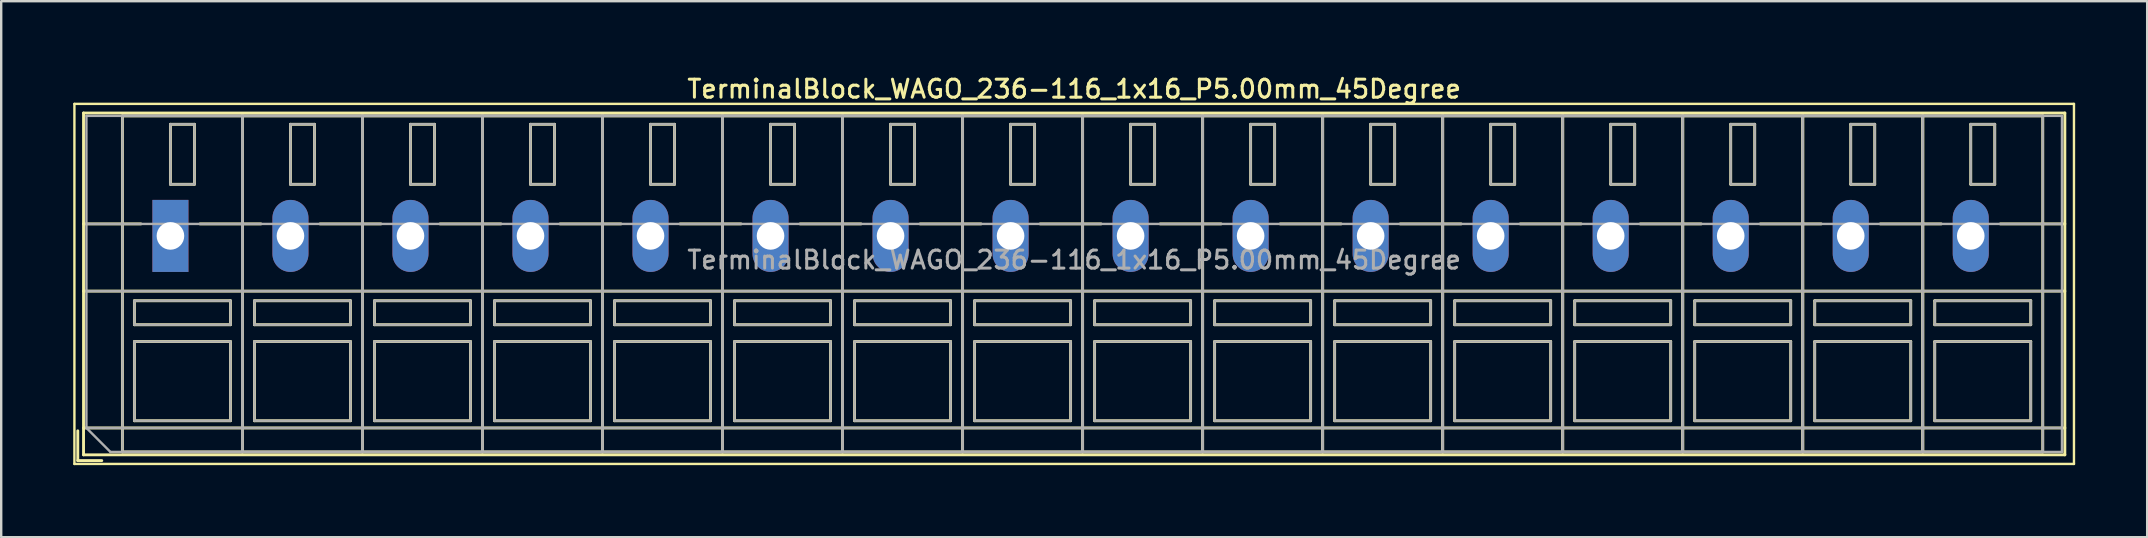
<source format=kicad_pcb>
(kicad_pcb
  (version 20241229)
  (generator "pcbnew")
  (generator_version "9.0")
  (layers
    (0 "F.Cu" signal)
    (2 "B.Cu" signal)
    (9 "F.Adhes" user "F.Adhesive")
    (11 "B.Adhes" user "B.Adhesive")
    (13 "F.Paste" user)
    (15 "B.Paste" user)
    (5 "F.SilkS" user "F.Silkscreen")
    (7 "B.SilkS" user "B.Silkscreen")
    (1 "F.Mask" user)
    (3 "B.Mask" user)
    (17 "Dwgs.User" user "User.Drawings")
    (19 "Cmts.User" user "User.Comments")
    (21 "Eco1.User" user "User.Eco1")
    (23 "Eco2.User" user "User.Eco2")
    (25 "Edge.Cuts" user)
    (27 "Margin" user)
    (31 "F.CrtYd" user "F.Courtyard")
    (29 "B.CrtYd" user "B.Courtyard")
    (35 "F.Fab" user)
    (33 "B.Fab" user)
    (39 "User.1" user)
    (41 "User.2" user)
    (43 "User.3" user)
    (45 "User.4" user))
  (footprint "TerminalBlock_WAGO_236-116_1x16_P5.00mm_45Degree"
    (layer "F.Cu")
    (at 4.05 6.778)
    (property "Reference" "TerminalBlock_WAGO_236-116_1x16_P5.00mm_45Degree" (at 37.65 -6.12 0) (layer "F.SilkS") (effects (font (size 0.75 0.75) (thickness 0.125))))
    (attr through_hole)
    (fp_line (start -4 -5.5) (end -4 9.5) (stroke (width 0.1) (type solid)) (layer "F.SilkS"))
    (fp_line (start -4 9.5) (end 79.3 9.5) (stroke (width 0.1) (type solid)) (layer "F.SilkS"))
    (fp_line (start -3.86 8.12) (end -3.86 9.36) (stroke (width 0.12) (type solid)) (layer "F.SilkS"))
    (fp_line (start -3.86 9.36) (end -2.86 9.36) (stroke (width 0.12) (type solid)) (layer "F.SilkS"))
    (fp_line (start -3.62 -5.12) (end -3.62 9.12) (stroke (width 0.12) (type solid)) (layer "F.SilkS"))
    (fp_line (start -3.62 -5.12) (end 78.92 -5.12) (stroke (width 0.12) (type solid)) (layer "F.SilkS"))
    (fp_line (start -3.62 -0.5) (end -1.23 -0.5) (stroke (width 0.12) (type solid)) (layer "F.SilkS"))
    (fp_line (start -3.62 2.3) (end 78.92 2.3) (stroke (width 0.12) (type solid)) (layer "F.SilkS"))
    (fp_line (start -3.62 8) (end 78.92 8) (stroke (width 0.12) (type solid)) (layer "F.SilkS"))
    (fp_line (start -3.62 9.12) (end 78.92 9.12) (stroke (width 0.12) (type solid)) (layer "F.SilkS"))
    (fp_line (start -2 -5) (end -2 9) (stroke (width 0.12) (type solid)) (layer "F.SilkS"))
    (fp_line (start -2 -5) (end 3 -5) (stroke (width 0.12) (type solid)) (layer "F.SilkS"))
    (fp_line (start -2 9) (end 3 9) (stroke (width 0.12) (type solid)) (layer "F.SilkS"))
    (fp_line (start -1.5 2.7) (end -1.5 3.7) (stroke (width 0.12) (type solid)) (layer "F.SilkS"))
    (fp_line (start -1.5 2.7) (end 2.5 2.7) (stroke (width 0.12) (type solid)) (layer "F.SilkS"))
    (fp_line (start -1.5 3.7) (end 2.5 3.7) (stroke (width 0.12) (type solid)) (layer "F.SilkS"))
    (fp_line (start -1.5 4.4) (end -1.5 7.7) (stroke (width 0.12) (type solid)) (layer "F.SilkS"))
    (fp_line (start -1.5 4.4) (end 2.5 4.4) (stroke (width 0.12) (type solid)) (layer "F.SilkS"))
    (fp_line (start -1.5 7.7) (end 2.5 7.7) (stroke (width 0.12) (type solid)) (layer "F.SilkS"))
    (fp_line (start 0 -4.65) (end 0 -2.151) (stroke (width 0.12) (type solid)) (layer "F.SilkS"))
    (fp_line (start 0 -4.65) (end 1 -4.65) (stroke (width 0.12) (type solid)) (layer "F.SilkS"))
    (fp_line (start 0 -2.151) (end 1 -2.151) (stroke (width 0.12) (type solid)) (layer "F.SilkS"))
    (fp_line (start 1 -4.65) (end 1 -2.151) (stroke (width 0.12) (type solid)) (layer "F.SilkS"))
    (fp_line (start 1.23 -0.5) (end 3.77 -0.5) (stroke (width 0.12) (type solid)) (layer "F.SilkS"))
    (fp_line (start 2.5 2.7) (end 2.5 3.7) (stroke (width 0.12) (type solid)) (layer "F.SilkS"))
    (fp_line (start 2.5 4.4) (end 2.5 7.7) (stroke (width 0.12) (type solid)) (layer "F.SilkS"))
    (fp_line (start 3 -5) (end 3 9) (stroke (width 0.12) (type solid)) (layer "F.SilkS"))
    (fp_line (start 3 -5) (end 3 9) (stroke (width 0.12) (type solid)) (layer "F.SilkS"))
    (fp_line (start 3 -5) (end 8 -5) (stroke (width 0.12) (type solid)) (layer "F.SilkS"))
    (fp_line (start 3 9) (end 8 9) (stroke (width 0.12) (type solid)) (layer "F.SilkS"))
    (fp_line (start 3.5 2.7) (end 3.5 3.7) (stroke (width 0.12) (type solid)) (layer "F.SilkS"))
    (fp_line (start 3.5 2.7) (end 7.5 2.7) (stroke (width 0.12) (type solid)) (layer "F.SilkS"))
    (fp_line (start 3.5 3.7) (end 7.5 3.7) (stroke (width 0.12) (type solid)) (layer "F.SilkS"))
    (fp_line (start 3.5 4.4) (end 3.5 7.7) (stroke (width 0.12) (type solid)) (layer "F.SilkS"))
    (fp_line (start 3.5 4.4) (end 7.5 4.4) (stroke (width 0.12) (type solid)) (layer "F.SilkS"))
    (fp_line (start 3.5 7.7) (end 7.5 7.7) (stroke (width 0.12) (type solid)) (layer "F.SilkS"))
    (fp_line (start 5 -4.65) (end 5 -2.151) (stroke (width 0.12) (type solid)) (layer "F.SilkS"))
    (fp_line (start 5 -4.65) (end 6 -4.65) (stroke (width 0.12) (type solid)) (layer "F.SilkS"))
    (fp_line (start 5 -2.151) (end 6 -2.151) (stroke (width 0.12) (type solid)) (layer "F.SilkS"))
    (fp_line (start 6 -4.65) (end 6 -2.151) (stroke (width 0.12) (type solid)) (layer "F.SilkS"))
    (fp_line (start 6.23 -0.5) (end 8.77 -0.5) (stroke (width 0.12) (type solid)) (layer "F.SilkS"))
    (fp_line (start 7.5 2.7) (end 7.5 3.7) (stroke (width 0.12) (type solid)) (layer "F.SilkS"))
    (fp_line (start 7.5 4.4) (end 7.5 7.7) (stroke (width 0.12) (type solid)) (layer "F.SilkS"))
    (fp_line (start 8 -5) (end 8 9) (stroke (width 0.12) (type solid)) (layer "F.SilkS"))
    (fp_line (start 8 -5) (end 8 9) (stroke (width 0.12) (type solid)) (layer "F.SilkS"))
    (fp_line (start 8 -5) (end 13 -5) (stroke (width 0.12) (type solid)) (layer "F.SilkS"))
    (fp_line (start 8 9) (end 13 9) (stroke (width 0.12) (type solid)) (layer "F.SilkS"))
    (fp_line (start 8.5 2.7) (end 8.5 3.7) (stroke (width 0.12) (type solid)) (layer "F.SilkS"))
    (fp_line (start 8.5 2.7) (end 12.5 2.7) (stroke (width 0.12) (type solid)) (layer "F.SilkS"))
    (fp_line (start 8.5 3.7) (end 12.5 3.7) (stroke (width 0.12) (type solid)) (layer "F.SilkS"))
    (fp_line (start 8.5 4.4) (end 8.5 7.7) (stroke (width 0.12) (type solid)) (layer "F.SilkS"))
    (fp_line (start 8.5 4.4) (end 12.5 4.4) (stroke (width 0.12) (type solid)) (layer "F.SilkS"))
    (fp_line (start 8.5 7.7) (end 12.5 7.7) (stroke (width 0.12) (type solid)) (layer "F.SilkS"))
    (fp_line (start 10 -4.65) (end 10 -2.151) (stroke (width 0.12) (type solid)) (layer "F.SilkS"))
    (fp_line (start 10 -4.65) (end 11 -4.65) (stroke (width 0.12) (type solid)) (layer "F.SilkS"))
    (fp_line (start 10 -2.151) (end 11 -2.151) (stroke (width 0.12) (type solid)) (layer "F.SilkS"))
    (fp_line (start 11 -4.65) (end 11 -2.151) (stroke (width 0.12) (type solid)) (layer "F.SilkS"))
    (fp_line (start 11.23 -0.5) (end 13.77 -0.5) (stroke (width 0.12) (type solid)) (layer "F.SilkS"))
    (fp_line (start 12.5 2.7) (end 12.5 3.7) (stroke (width 0.12) (type solid)) (layer "F.SilkS"))
    (fp_line (start 12.5 4.4) (end 12.5 7.7) (stroke (width 0.12) (type solid)) (layer "F.SilkS"))
    (fp_line (start 13 -5) (end 13 9) (stroke (width 0.12) (type solid)) (layer "F.SilkS"))
    (fp_line (start 13 -5) (end 13 9) (stroke (width 0.12) (type solid)) (layer "F.SilkS"))
    (fp_line (start 13 -5) (end 18 -5) (stroke (width 0.12) (type solid)) (layer "F.SilkS"))
    (fp_line (start 13 9) (end 18 9) (stroke (width 0.12) (type solid)) (layer "F.SilkS"))
    (fp_line (start 13.5 2.7) (end 13.5 3.7) (stroke (width 0.12) (type solid)) (layer "F.SilkS"))
    (fp_line (start 13.5 2.7) (end 17.5 2.7) (stroke (width 0.12) (type solid)) (layer "F.SilkS"))
    (fp_line (start 13.5 3.7) (end 17.5 3.7) (stroke (width 0.12) (type solid)) (layer "F.SilkS"))
    (fp_line (start 13.5 4.4) (end 13.5 7.7) (stroke (width 0.12) (type solid)) (layer "F.SilkS"))
    (fp_line (start 13.5 4.4) (end 17.5 4.4) (stroke (width 0.12) (type solid)) (layer "F.SilkS"))
    (fp_line (start 13.5 7.7) (end 17.5 7.7) (stroke (width 0.12) (type solid)) (layer "F.SilkS"))
    (fp_line (start 15 -4.65) (end 15 -2.151) (stroke (width 0.12) (type solid)) (layer "F.SilkS"))
    (fp_line (start 15 -4.65) (end 16 -4.65) (stroke (width 0.12) (type solid)) (layer "F.SilkS"))
    (fp_line (start 15 -2.151) (end 16 -2.151) (stroke (width 0.12) (type solid)) (layer "F.SilkS"))
    (fp_line (start 16 -4.65) (end 16 -2.151) (stroke (width 0.12) (type solid)) (layer "F.SilkS"))
    (fp_line (start 16.23 -0.5) (end 18.77 -0.5) (stroke (width 0.12) (type solid)) (layer "F.SilkS"))
    (fp_line (start 17.5 2.7) (end 17.5 3.7) (stroke (width 0.12) (type solid)) (layer "F.SilkS"))
    (fp_line (start 17.5 4.4) (end 17.5 7.7) (stroke (width 0.12) (type solid)) (layer "F.SilkS"))
    (fp_line (start 18 -5) (end 18 9) (stroke (width 0.12) (type solid)) (layer "F.SilkS"))
    (fp_line (start 18 -5) (end 18 9) (stroke (width 0.12) (type solid)) (layer "F.SilkS"))
    (fp_line (start 18 -5) (end 23 -5) (stroke (width 0.12) (type solid)) (layer "F.SilkS"))
    (fp_line (start 18 9) (end 23 9) (stroke (width 0.12) (type solid)) (layer "F.SilkS"))
    (fp_line (start 18.5 2.7) (end 18.5 3.7) (stroke (width 0.12) (type solid)) (layer "F.SilkS"))
    (fp_line (start 18.5 2.7) (end 22.5 2.7) (stroke (width 0.12) (type solid)) (layer "F.SilkS"))
    (fp_line (start 18.5 3.7) (end 22.5 3.7) (stroke (width 0.12) (type solid)) (layer "F.SilkS"))
    (fp_line (start 18.5 4.4) (end 18.5 7.7) (stroke (width 0.12) (type solid)) (layer "F.SilkS"))
    (fp_line (start 18.5 4.4) (end 22.5 4.4) (stroke (width 0.12) (type solid)) (layer "F.SilkS"))
    (fp_line (start 18.5 7.7) (end 22.5 7.7) (stroke (width 0.12) (type solid)) (layer "F.SilkS"))
    (fp_line (start 20 -4.65) (end 20 -2.151) (stroke (width 0.12) (type solid)) (layer "F.SilkS"))
    (fp_line (start 20 -4.65) (end 21 -4.65) (stroke (width 0.12) (type solid)) (layer "F.SilkS"))
    (fp_line (start 20 -2.151) (end 21 -2.151) (stroke (width 0.12) (type solid)) (layer "F.SilkS"))
    (fp_line (start 21 -4.65) (end 21 -2.151) (stroke (width 0.12) (type solid)) (layer "F.SilkS"))
    (fp_line (start 21.23 -0.5) (end 23.77 -0.5) (stroke (width 0.12) (type solid)) (layer "F.SilkS"))
    (fp_line (start 22.5 2.7) (end 22.5 3.7) (stroke (width 0.12) (type solid)) (layer "F.SilkS"))
    (fp_line (start 22.5 4.4) (end 22.5 7.7) (stroke (width 0.12) (type solid)) (layer "F.SilkS"))
    (fp_line (start 23 -5) (end 23 9) (stroke (width 0.12) (type solid)) (layer "F.SilkS"))
    (fp_line (start 23 -5) (end 23 9) (stroke (width 0.12) (type solid)) (layer "F.SilkS"))
    (fp_line (start 23 -5) (end 28 -5) (stroke (width 0.12) (type solid)) (layer "F.SilkS"))
    (fp_line (start 23 9) (end 28 9) (stroke (width 0.12) (type solid)) (layer "F.SilkS"))
    (fp_line (start 23.5 2.7) (end 23.5 3.7) (stroke (width 0.12) (type solid)) (layer "F.SilkS"))
    (fp_line (start 23.5 2.7) (end 27.5 2.7) (stroke (width 0.12) (type solid)) (layer "F.SilkS"))
    (fp_line (start 23.5 3.7) (end 27.5 3.7) (stroke (width 0.12) (type solid)) (layer "F.SilkS"))
    (fp_line (start 23.5 4.4) (end 23.5 7.7) (stroke (width 0.12) (type solid)) (layer "F.SilkS"))
    (fp_line (start 23.5 4.4) (end 27.5 4.4) (stroke (width 0.12) (type solid)) (layer "F.SilkS"))
    (fp_line (start 23.5 7.7) (end 27.5 7.7) (stroke (width 0.12) (type solid)) (layer "F.SilkS"))
    (fp_line (start 25 -4.65) (end 25 -2.151) (stroke (width 0.12) (type solid)) (layer "F.SilkS"))
    (fp_line (start 25 -4.65) (end 26 -4.65) (stroke (width 0.12) (type solid)) (layer "F.SilkS"))
    (fp_line (start 25 -2.151) (end 26 -2.151) (stroke (width 0.12) (type solid)) (layer "F.SilkS"))
    (fp_line (start 26 -4.65) (end 26 -2.151) (stroke (width 0.12) (type solid)) (layer "F.SilkS"))
    (fp_line (start 26.23 -0.5) (end 28.77 -0.5) (stroke (width 0.12) (type solid)) (layer "F.SilkS"))
    (fp_line (start 27.5 2.7) (end 27.5 3.7) (stroke (width 0.12) (type solid)) (layer "F.SilkS"))
    (fp_line (start 27.5 4.4) (end 27.5 7.7) (stroke (width 0.12) (type solid)) (layer "F.SilkS"))
    (fp_line (start 28 -5) (end 28 9) (stroke (width 0.12) (type solid)) (layer "F.SilkS"))
    (fp_line (start 28 -5) (end 28 9) (stroke (width 0.12) (type solid)) (layer "F.SilkS"))
    (fp_line (start 28 -5) (end 33 -5) (stroke (width 0.12) (type solid)) (layer "F.SilkS"))
    (fp_line (start 28 9) (end 33 9) (stroke (width 0.12) (type solid)) (layer "F.SilkS"))
    (fp_line (start 28.5 2.7) (end 28.5 3.7) (stroke (width 0.12) (type solid)) (layer "F.SilkS"))
    (fp_line (start 28.5 2.7) (end 32.5 2.7) (stroke (width 0.12) (type solid)) (layer "F.SilkS"))
    (fp_line (start 28.5 3.7) (end 32.5 3.7) (stroke (width 0.12) (type solid)) (layer "F.SilkS"))
    (fp_line (start 28.5 4.4) (end 28.5 7.7) (stroke (width 0.12) (type solid)) (layer "F.SilkS"))
    (fp_line (start 28.5 4.4) (end 32.5 4.4) (stroke (width 0.12) (type solid)) (layer "F.SilkS"))
    (fp_line (start 28.5 7.7) (end 32.5 7.7) (stroke (width 0.12) (type solid)) (layer "F.SilkS"))
    (fp_line (start 30 -4.65) (end 30 -2.151) (stroke (width 0.12) (type solid)) (layer "F.SilkS"))
    (fp_line (start 30 -4.65) (end 31 -4.65) (stroke (width 0.12) (type solid)) (layer "F.SilkS"))
    (fp_line (start 30 -2.151) (end 31 -2.151) (stroke (width 0.12) (type solid)) (layer "F.SilkS"))
    (fp_line (start 31 -4.65) (end 31 -2.151) (stroke (width 0.12) (type solid)) (layer "F.SilkS"))
    (fp_line (start 31.23 -0.5) (end 33.77 -0.5) (stroke (width 0.12) (type solid)) (layer "F.SilkS"))
    (fp_line (start 32.5 2.7) (end 32.5 3.7) (stroke (width 0.12) (type solid)) (layer "F.SilkS"))
    (fp_line (start 32.5 4.4) (end 32.5 7.7) (stroke (width 0.12) (type solid)) (layer "F.SilkS"))
    (fp_line (start 33 -5) (end 33 9) (stroke (width 0.12) (type solid)) (layer "F.SilkS"))
    (fp_line (start 33 -5) (end 33 9) (stroke (width 0.12) (type solid)) (layer "F.SilkS"))
    (fp_line (start 33 -5) (end 38 -5) (stroke (width 0.12) (type solid)) (layer "F.SilkS"))
    (fp_line (start 33 9) (end 38 9) (stroke (width 0.12) (type solid)) (layer "F.SilkS"))
    (fp_line (start 33.5 2.7) (end 33.5 3.7) (stroke (width 0.12) (type solid)) (layer "F.SilkS"))
    (fp_line (start 33.5 2.7) (end 37.5 2.7) (stroke (width 0.12) (type solid)) (layer "F.SilkS"))
    (fp_line (start 33.5 3.7) (end 37.5 3.7) (stroke (width 0.12) (type solid)) (layer "F.SilkS"))
    (fp_line (start 33.5 4.4) (end 33.5 7.7) (stroke (width 0.12) (type solid)) (layer "F.SilkS"))
    (fp_line (start 33.5 4.4) (end 37.5 4.4) (stroke (width 0.12) (type solid)) (layer "F.SilkS"))
    (fp_line (start 33.5 7.7) (end 37.5 7.7) (stroke (width 0.12) (type solid)) (layer "F.SilkS"))
    (fp_line (start 35 -4.65) (end 35 -2.151) (stroke (width 0.12) (type solid)) (layer "F.SilkS"))
    (fp_line (start 35 -4.65) (end 36 -4.65) (stroke (width 0.12) (type solid)) (layer "F.SilkS"))
    (fp_line (start 35 -2.151) (end 36 -2.151) (stroke (width 0.12) (type solid)) (layer "F.SilkS"))
    (fp_line (start 36 -4.65) (end 36 -2.151) (stroke (width 0.12) (type solid)) (layer "F.SilkS"))
    (fp_line (start 36.23 -0.5) (end 38.77 -0.5) (stroke (width 0.12) (type solid)) (layer "F.SilkS"))
    (fp_line (start 37.5 2.7) (end 37.5 3.7) (stroke (width 0.12) (type solid)) (layer "F.SilkS"))
    (fp_line (start 37.5 4.4) (end 37.5 7.7) (stroke (width 0.12) (type solid)) (layer "F.SilkS"))
    (fp_line (start 38 -5) (end 38 9) (stroke (width 0.12) (type solid)) (layer "F.SilkS"))
    (fp_line (start 38 -5) (end 38 9) (stroke (width 0.12) (type solid)) (layer "F.SilkS"))
    (fp_line (start 38 -5) (end 43 -5) (stroke (width 0.12) (type solid)) (layer "F.SilkS"))
    (fp_line (start 38 9) (end 43 9) (stroke (width 0.12) (type solid)) (layer "F.SilkS"))
    (fp_line (start 38.5 2.7) (end 38.5 3.7) (stroke (width 0.12) (type solid)) (layer "F.SilkS"))
    (fp_line (start 38.5 2.7) (end 42.5 2.7) (stroke (width 0.12) (type solid)) (layer "F.SilkS"))
    (fp_line (start 38.5 3.7) (end 42.5 3.7) (stroke (width 0.12) (type solid)) (layer "F.SilkS"))
    (fp_line (start 38.5 4.4) (end 38.5 7.7) (stroke (width 0.12) (type solid)) (layer "F.SilkS"))
    (fp_line (start 38.5 4.4) (end 42.5 4.4) (stroke (width 0.12) (type solid)) (layer "F.SilkS"))
    (fp_line (start 38.5 7.7) (end 42.5 7.7) (stroke (width 0.12) (type solid)) (layer "F.SilkS"))
    (fp_line (start 40 -4.65) (end 40 -2.151) (stroke (width 0.12) (type solid)) (layer "F.SilkS"))
    (fp_line (start 40 -4.65) (end 41 -4.65) (stroke (width 0.12) (type solid)) (layer "F.SilkS"))
    (fp_line (start 40 -2.151) (end 41 -2.151) (stroke (width 0.12) (type solid)) (layer "F.SilkS"))
    (fp_line (start 41 -4.65) (end 41 -2.151) (stroke (width 0.12) (type solid)) (layer "F.SilkS"))
    (fp_line (start 41.23 -0.5) (end 43.77 -0.5) (stroke (width 0.12) (type solid)) (layer "F.SilkS"))
    (fp_line (start 42.5 2.7) (end 42.5 3.7) (stroke (width 0.12) (type solid)) (layer "F.SilkS"))
    (fp_line (start 42.5 4.4) (end 42.5 7.7) (stroke (width 0.12) (type solid)) (layer "F.SilkS"))
    (fp_line (start 43 -5) (end 43 9) (stroke (width 0.12) (type solid)) (layer "F.SilkS"))
    (fp_line (start 43 -5) (end 43 9) (stroke (width 0.12) (type solid)) (layer "F.SilkS"))
    (fp_line (start 43 -5) (end 48 -5) (stroke (width 0.12) (type solid)) (layer "F.SilkS"))
    (fp_line (start 43 9) (end 48 9) (stroke (width 0.12) (type solid)) (layer "F.SilkS"))
    (fp_line (start 43.5 2.7) (end 43.5 3.7) (stroke (width 0.12) (type solid)) (layer "F.SilkS"))
    (fp_line (start 43.5 2.7) (end 47.5 2.7) (stroke (width 0.12) (type solid)) (layer "F.SilkS"))
    (fp_line (start 43.5 3.7) (end 47.5 3.7) (stroke (width 0.12) (type solid)) (layer "F.SilkS"))
    (fp_line (start 43.5 4.4) (end 43.5 7.7) (stroke (width 0.12) (type solid)) (layer "F.SilkS"))
    (fp_line (start 43.5 4.4) (end 47.5 4.4) (stroke (width 0.12) (type solid)) (layer "F.SilkS"))
    (fp_line (start 43.5 7.7) (end 47.5 7.7) (stroke (width 0.12) (type solid)) (layer "F.SilkS"))
    (fp_line (start 45 -4.65) (end 45 -2.151) (stroke (width 0.12) (type solid)) (layer "F.SilkS"))
    (fp_line (start 45 -4.65) (end 46 -4.65) (stroke (width 0.12) (type solid)) (layer "F.SilkS"))
    (fp_line (start 45 -2.151) (end 46 -2.151) (stroke (width 0.12) (type solid)) (layer "F.SilkS"))
    (fp_line (start 46 -4.65) (end 46 -2.151) (stroke (width 0.12) (type solid)) (layer "F.SilkS"))
    (fp_line (start 46.23 -0.5) (end 48.77 -0.5) (stroke (width 0.12) (type solid)) (layer "F.SilkS"))
    (fp_line (start 47.5 2.7) (end 47.5 3.7) (stroke (width 0.12) (type solid)) (layer "F.SilkS"))
    (fp_line (start 47.5 4.4) (end 47.5 7.7) (stroke (width 0.12) (type solid)) (layer "F.SilkS"))
    (fp_line (start 48 -5) (end 48 9) (stroke (width 0.12) (type solid)) (layer "F.SilkS"))
    (fp_line (start 48 -5) (end 48 9) (stroke (width 0.12) (type solid)) (layer "F.SilkS"))
    (fp_line (start 48 -5) (end 53 -5) (stroke (width 0.12) (type solid)) (layer "F.SilkS"))
    (fp_line (start 48 9) (end 53 9) (stroke (width 0.12) (type solid)) (layer "F.SilkS"))
    (fp_line (start 48.5 2.7) (end 48.5 3.7) (stroke (width 0.12) (type solid)) (layer "F.SilkS"))
    (fp_line (start 48.5 2.7) (end 52.5 2.7) (stroke (width 0.12) (type solid)) (layer "F.SilkS"))
    (fp_line (start 48.5 3.7) (end 52.5 3.7) (stroke (width 0.12) (type solid)) (layer "F.SilkS"))
    (fp_line (start 48.5 4.4) (end 48.5 7.7) (stroke (width 0.12) (type solid)) (layer "F.SilkS"))
    (fp_line (start 48.5 4.4) (end 52.5 4.4) (stroke (width 0.12) (type solid)) (layer "F.SilkS"))
    (fp_line (start 48.5 7.7) (end 52.5 7.7) (stroke (width 0.12) (type solid)) (layer "F.SilkS"))
    (fp_line (start 50 -4.65) (end 50 -2.151) (stroke (width 0.12) (type solid)) (layer "F.SilkS"))
    (fp_line (start 50 -4.65) (end 51 -4.65) (stroke (width 0.12) (type solid)) (layer "F.SilkS"))
    (fp_line (start 50 -2.151) (end 51 -2.151) (stroke (width 0.12) (type solid)) (layer "F.SilkS"))
    (fp_line (start 51 -4.65) (end 51 -2.151) (stroke (width 0.12) (type solid)) (layer "F.SilkS"))
    (fp_line (start 51.23 -0.5) (end 53.77 -0.5) (stroke (width 0.12) (type solid)) (layer "F.SilkS"))
    (fp_line (start 52.5 2.7) (end 52.5 3.7) (stroke (width 0.12) (type solid)) (layer "F.SilkS"))
    (fp_line (start 52.5 4.4) (end 52.5 7.7) (stroke (width 0.12) (type solid)) (layer "F.SilkS"))
    (fp_line (start 53 -5) (end 53 9) (stroke (width 0.12) (type solid)) (layer "F.SilkS"))
    (fp_line (start 53 -5) (end 53 9) (stroke (width 0.12) (type solid)) (layer "F.SilkS"))
    (fp_line (start 53 -5) (end 58 -5) (stroke (width 0.12) (type solid)) (layer "F.SilkS"))
    (fp_line (start 53 9) (end 58 9) (stroke (width 0.12) (type solid)) (layer "F.SilkS"))
    (fp_line (start 53.5 2.7) (end 53.5 3.7) (stroke (width 0.12) (type solid)) (layer "F.SilkS"))
    (fp_line (start 53.5 2.7) (end 57.5 2.7) (stroke (width 0.12) (type solid)) (layer "F.SilkS"))
    (fp_line (start 53.5 3.7) (end 57.5 3.7) (stroke (width 0.12) (type solid)) (layer "F.SilkS"))
    (fp_line (start 53.5 4.4) (end 53.5 7.7) (stroke (width 0.12) (type solid)) (layer "F.SilkS"))
    (fp_line (start 53.5 4.4) (end 57.5 4.4) (stroke (width 0.12) (type solid)) (layer "F.SilkS"))
    (fp_line (start 53.5 7.7) (end 57.5 7.7) (stroke (width 0.12) (type solid)) (layer "F.SilkS"))
    (fp_line (start 55 -4.65) (end 55 -2.151) (stroke (width 0.12) (type solid)) (layer "F.SilkS"))
    (fp_line (start 55 -4.65) (end 56 -4.65) (stroke (width 0.12) (type solid)) (layer "F.SilkS"))
    (fp_line (start 55 -2.151) (end 56 -2.151) (stroke (width 0.12) (type solid)) (layer "F.SilkS"))
    (fp_line (start 56 -4.65) (end 56 -2.151) (stroke (width 0.12) (type solid)) (layer "F.SilkS"))
    (fp_line (start 56.23 -0.5) (end 58.77 -0.5) (stroke (width 0.12) (type solid)) (layer "F.SilkS"))
    (fp_line (start 57.5 2.7) (end 57.5 3.7) (stroke (width 0.12) (type solid)) (layer "F.SilkS"))
    (fp_line (start 57.5 4.4) (end 57.5 7.7) (stroke (width 0.12) (type solid)) (layer "F.SilkS"))
    (fp_line (start 58 -5) (end 58 9) (stroke (width 0.12) (type solid)) (layer "F.SilkS"))
    (fp_line (start 58 -5) (end 58 9) (stroke (width 0.12) (type solid)) (layer "F.SilkS"))
    (fp_line (start 58 -5) (end 63 -5) (stroke (width 0.12) (type solid)) (layer "F.SilkS"))
    (fp_line (start 58 9) (end 63 9) (stroke (width 0.12) (type solid)) (layer "F.SilkS"))
    (fp_line (start 58.5 2.7) (end 58.5 3.7) (stroke (width 0.12) (type solid)) (layer "F.SilkS"))
    (fp_line (start 58.5 2.7) (end 62.5 2.7) (stroke (width 0.12) (type solid)) (layer "F.SilkS"))
    (fp_line (start 58.5 3.7) (end 62.5 3.7) (stroke (width 0.12) (type solid)) (layer "F.SilkS"))
    (fp_line (start 58.5 4.4) (end 58.5 7.7) (stroke (width 0.12) (type solid)) (layer "F.SilkS"))
    (fp_line (start 58.5 4.4) (end 62.5 4.4) (stroke (width 0.12) (type solid)) (layer "F.SilkS"))
    (fp_line (start 58.5 7.7) (end 62.5 7.7) (stroke (width 0.12) (type solid)) (layer "F.SilkS"))
    (fp_line (start 60 -4.65) (end 60 -2.151) (stroke (width 0.12) (type solid)) (layer "F.SilkS"))
    (fp_line (start 60 -4.65) (end 61 -4.65) (stroke (width 0.12) (type solid)) (layer "F.SilkS"))
    (fp_line (start 60 -2.151) (end 61 -2.151) (stroke (width 0.12) (type solid)) (layer "F.SilkS"))
    (fp_line (start 61 -4.65) (end 61 -2.151) (stroke (width 0.12) (type solid)) (layer "F.SilkS"))
    (fp_line (start 61.23 -0.5) (end 63.77 -0.5) (stroke (width 0.12) (type solid)) (layer "F.SilkS"))
    (fp_line (start 62.5 2.7) (end 62.5 3.7) (stroke (width 0.12) (type solid)) (layer "F.SilkS"))
    (fp_line (start 62.5 4.4) (end 62.5 7.7) (stroke (width 0.12) (type solid)) (layer "F.SilkS"))
    (fp_line (start 63 -5) (end 63 9) (stroke (width 0.12) (type solid)) (layer "F.SilkS"))
    (fp_line (start 63 -5) (end 63 9) (stroke (width 0.12) (type solid)) (layer "F.SilkS"))
    (fp_line (start 63 -5) (end 68 -5) (stroke (width 0.12) (type solid)) (layer "F.SilkS"))
    (fp_line (start 63 9) (end 68 9) (stroke (width 0.12) (type solid)) (layer "F.SilkS"))
    (fp_line (start 63.5 2.7) (end 63.5 3.7) (stroke (width 0.12) (type solid)) (layer "F.SilkS"))
    (fp_line (start 63.5 2.7) (end 67.5 2.7) (stroke (width 0.12) (type solid)) (layer "F.SilkS"))
    (fp_line (start 63.5 3.7) (end 67.5 3.7) (stroke (width 0.12) (type solid)) (layer "F.SilkS"))
    (fp_line (start 63.5 4.4) (end 63.5 7.7) (stroke (width 0.12) (type solid)) (layer "F.SilkS"))
    (fp_line (start 63.5 4.4) (end 67.5 4.4) (stroke (width 0.12) (type solid)) (layer "F.SilkS"))
    (fp_line (start 63.5 7.7) (end 67.5 7.7) (stroke (width 0.12) (type solid)) (layer "F.SilkS"))
    (fp_line (start 65 -4.65) (end 65 -2.151) (stroke (width 0.12) (type solid)) (layer "F.SilkS"))
    (fp_line (start 65 -4.65) (end 66 -4.65) (stroke (width 0.12) (type solid)) (layer "F.SilkS"))
    (fp_line (start 65 -2.151) (end 66 -2.151) (stroke (width 0.12) (type solid)) (layer "F.SilkS"))
    (fp_line (start 66 -4.65) (end 66 -2.151) (stroke (width 0.12) (type solid)) (layer "F.SilkS"))
    (fp_line (start 66.23 -0.5) (end 68.77 -0.5) (stroke (width 0.12) (type solid)) (layer "F.SilkS"))
    (fp_line (start 67.5 2.7) (end 67.5 3.7) (stroke (width 0.12) (type solid)) (layer "F.SilkS"))
    (fp_line (start 67.5 4.4) (end 67.5 7.7) (stroke (width 0.12) (type solid)) (layer "F.SilkS"))
    (fp_line (start 68 -5) (end 68 9) (stroke (width 0.12) (type solid)) (layer "F.SilkS"))
    (fp_line (start 68 -5) (end 68 9) (stroke (width 0.12) (type solid)) (layer "F.SilkS"))
    (fp_line (start 68 -5) (end 73 -5) (stroke (width 0.12) (type solid)) (layer "F.SilkS"))
    (fp_line (start 68 9) (end 73 9) (stroke (width 0.12) (type solid)) (layer "F.SilkS"))
    (fp_line (start 68.5 2.7) (end 68.5 3.7) (stroke (width 0.12) (type solid)) (layer "F.SilkS"))
    (fp_line (start 68.5 2.7) (end 72.5 2.7) (stroke (width 0.12) (type solid)) (layer "F.SilkS"))
    (fp_line (start 68.5 3.7) (end 72.5 3.7) (stroke (width 0.12) (type solid)) (layer "F.SilkS"))
    (fp_line (start 68.5 4.4) (end 68.5 7.7) (stroke (width 0.12) (type solid)) (layer "F.SilkS"))
    (fp_line (start 68.5 4.4) (end 72.5 4.4) (stroke (width 0.12) (type solid)) (layer "F.SilkS"))
    (fp_line (start 68.5 7.7) (end 72.5 7.7) (stroke (width 0.12) (type solid)) (layer "F.SilkS"))
    (fp_line (start 70 -4.65) (end 70 -2.151) (stroke (width 0.12) (type solid)) (layer "F.SilkS"))
    (fp_line (start 70 -4.65) (end 71 -4.65) (stroke (width 0.12) (type solid)) (layer "F.SilkS"))
    (fp_line (start 70 -2.151) (end 71 -2.151) (stroke (width 0.12) (type solid)) (layer "F.SilkS"))
    (fp_line (start 71 -4.65) (end 71 -2.151) (stroke (width 0.12) (type solid)) (layer "F.SilkS"))
    (fp_line (start 71.23 -0.5) (end 73.77 -0.5) (stroke (width 0.12) (type solid)) (layer "F.SilkS"))
    (fp_line (start 72.5 2.7) (end 72.5 3.7) (stroke (width 0.12) (type solid)) (layer "F.SilkS"))
    (fp_line (start 72.5 4.4) (end 72.5 7.7) (stroke (width 0.12) (type solid)) (layer "F.SilkS"))
    (fp_line (start 73 -5) (end 73 9) (stroke (width 0.12) (type solid)) (layer "F.SilkS"))
    (fp_line (start 73 -5) (end 73 9) (stroke (width 0.12) (type solid)) (layer "F.SilkS"))
    (fp_line (start 73 -5) (end 78 -5) (stroke (width 0.12) (type solid)) (layer "F.SilkS"))
    (fp_line (start 73 9) (end 78 9) (stroke (width 0.12) (type solid)) (layer "F.SilkS"))
    (fp_line (start 73.5 2.7) (end 73.5 3.7) (stroke (width 0.12) (type solid)) (layer "F.SilkS"))
    (fp_line (start 73.5 2.7) (end 77.5 2.7) (stroke (width 0.12) (type solid)) (layer "F.SilkS"))
    (fp_line (start 73.5 3.7) (end 77.5 3.7) (stroke (width 0.12) (type solid)) (layer "F.SilkS"))
    (fp_line (start 73.5 4.4) (end 73.5 7.7) (stroke (width 0.12) (type solid)) (layer "F.SilkS"))
    (fp_line (start 73.5 4.4) (end 77.5 4.4) (stroke (width 0.12) (type solid)) (layer "F.SilkS"))
    (fp_line (start 73.5 7.7) (end 77.5 7.7) (stroke (width 0.12) (type solid)) (layer "F.SilkS"))
    (fp_line (start 75 -4.65) (end 75 -2.151) (stroke (width 0.12) (type solid)) (layer "F.SilkS"))
    (fp_line (start 75 -4.65) (end 76 -4.65) (stroke (width 0.12) (type solid)) (layer "F.SilkS"))
    (fp_line (start 75 -2.151) (end 76 -2.151) (stroke (width 0.12) (type solid)) (layer "F.SilkS"))
    (fp_line (start 76 -4.65) (end 76 -2.151) (stroke (width 0.12) (type solid)) (layer "F.SilkS"))
    (fp_line (start 76.23 -0.5) (end 78.92 -0.5) (stroke (width 0.12) (type solid)) (layer "F.SilkS"))
    (fp_line (start 77.5 2.7) (end 77.5 3.7) (stroke (width 0.12) (type solid)) (layer "F.SilkS"))
    (fp_line (start 77.5 4.4) (end 77.5 7.7) (stroke (width 0.12) (type solid)) (layer "F.SilkS"))
    (fp_line (start 78 -5) (end 78 9) (stroke (width 0.12) (type solid)) (layer "F.SilkS"))
    (fp_line (start 78.92 -5.12) (end 78.92 9.12) (stroke (width 0.12) (type solid)) (layer "F.SilkS"))
    (fp_line (start 79.3 -5.5) (end -4 -5.5) (stroke (width 0.1) (type solid)) (layer "F.SilkS"))
    (fp_line (start 79.3 9.5) (end 79.3 -5.5) (stroke (width 0.1) (type solid)) (layer "F.SilkS"))
    (fp_line (start -3.5 -5) (end 78.8 -5) (stroke (width 0.1) (type solid)) (layer "F.Fab"))
    (fp_line (start -3.5 -0.5) (end 78.8 -0.5) (stroke (width 0.1) (type solid)) (layer "F.Fab"))
    (fp_line (start -3.5 2.3) (end 78.8 2.3) (stroke (width 0.1) (type solid)) (layer "F.Fab"))
    (fp_line (start -3.5 8) (end -3.5 -5) (stroke (width 0.1) (type solid)) (layer "F.Fab"))
    (fp_line (start -3.5 8) (end 78.8 8) (stroke (width 0.1) (type solid)) (layer "F.Fab"))
    (fp_line (start -2.5 9) (end -3.5 8) (stroke (width 0.1) (type solid)) (layer "F.Fab"))
    (fp_line (start -2 -5) (end -2 9) (stroke (width 0.1) (type solid)) (layer "F.Fab"))
    (fp_line (start -2 9) (end 3 9) (stroke (width 0.1) (type solid)) (layer "F.Fab"))
    (fp_line (start -1.5 2.7) (end -1.5 3.7) (stroke (width 0.1) (type solid)) (layer "F.Fab"))
    (fp_line (start -1.5 3.7) (end 2.5 3.7) (stroke (width 0.1) (type solid)) (layer "F.Fab"))
    (fp_line (start -1.5 4.4) (end -1.5 7.7) (stroke (width 0.1) (type solid)) (layer "F.Fab"))
    (fp_line (start -1.5 7.7) (end 2.5 7.7) (stroke (width 0.1) (type solid)) (layer "F.Fab"))
    (fp_line (start 0 -4.65) (end 0 -2.15) (stroke (width 0.1) (type solid)) (layer "F.Fab"))
    (fp_line (start 0 -2.15) (end 1 -2.15) (stroke (width 0.1) (type solid)) (layer "F.Fab"))
    (fp_line (start 1 -4.65) (end 0 -4.65) (stroke (width 0.1) (type solid)) (layer "F.Fab"))
    (fp_line (start 1 -2.15) (end 1 -4.65) (stroke (width 0.1) (type solid)) (layer "F.Fab"))
    (fp_line (start 2.5 2.7) (end -1.5 2.7) (stroke (width 0.1) (type solid)) (layer "F.Fab"))
    (fp_line (start 2.5 3.7) (end 2.5 2.7) (stroke (width 0.1) (type solid)) (layer "F.Fab"))
    (fp_line (start 2.5 4.4) (end -1.5 4.4) (stroke (width 0.1) (type solid)) (layer "F.Fab"))
    (fp_line (start 2.5 7.7) (end 2.5 4.4) (stroke (width 0.1) (type solid)) (layer "F.Fab"))
    (fp_line (start 3 -5) (end -2 -5) (stroke (width 0.1) (type solid)) (layer "F.Fab"))
    (fp_line (start 3 -5) (end 3 9) (stroke (width 0.1) (type solid)) (layer "F.Fab"))
    (fp_line (start 3 9) (end 3 -5) (stroke (width 0.1) (type solid)) (layer "F.Fab"))
    (fp_line (start 3 9) (end 8 9) (stroke (width 0.1) (type solid)) (layer "F.Fab"))
    (fp_line (start 3.5 2.7) (end 3.5 3.7) (stroke (width 0.1) (type solid)) (layer "F.Fab"))
    (fp_line (start 3.5 3.7) (end 7.5 3.7) (stroke (width 0.1) (type solid)) (layer "F.Fab"))
    (fp_line (start 3.5 4.4) (end 3.5 7.7) (stroke (width 0.1) (type solid)) (layer "F.Fab"))
    (fp_line (start 3.5 7.7) (end 7.5 7.7) (stroke (width 0.1) (type solid)) (layer "F.Fab"))
    (fp_line (start 5 -4.65) (end 5 -2.15) (stroke (width 0.1) (type solid)) (layer "F.Fab"))
    (fp_line (start 5 -2.15) (end 6 -2.15) (stroke (width 0.1) (type solid)) (layer "F.Fab"))
    (fp_line (start 6 -4.65) (end 5 -4.65) (stroke (width 0.1) (type solid)) (layer "F.Fab"))
    (fp_line (start 6 -2.15) (end 6 -4.65) (stroke (width 0.1) (type solid)) (layer "F.Fab"))
    (fp_line (start 7.5 2.7) (end 3.5 2.7) (stroke (width 0.1) (type solid)) (layer "F.Fab"))
    (fp_line (start 7.5 3.7) (end 7.5 2.7) (stroke (width 0.1) (type solid)) (layer "F.Fab"))
    (fp_line (start 7.5 4.4) (end 3.5 4.4) (stroke (width 0.1) (type solid)) (layer "F.Fab"))
    (fp_line (start 7.5 7.7) (end 7.5 4.4) (stroke (width 0.1) (type solid)) (layer "F.Fab"))
    (fp_line (start 8 -5) (end 3 -5) (stroke (width 0.1) (type solid)) (layer "F.Fab"))
    (fp_line (start 8 -5) (end 8 9) (stroke (width 0.1) (type solid)) (layer "F.Fab"))
    (fp_line (start 8 9) (end 8 -5) (stroke (width 0.1) (type solid)) (layer "F.Fab"))
    (fp_line (start 8 9) (end 13 9) (stroke (width 0.1) (type solid)) (layer "F.Fab"))
    (fp_line (start 8.5 2.7) (end 8.5 3.7) (stroke (width 0.1) (type solid)) (layer "F.Fab"))
    (fp_line (start 8.5 3.7) (end 12.5 3.7) (stroke (width 0.1) (type solid)) (layer "F.Fab"))
    (fp_line (start 8.5 4.4) (end 8.5 7.7) (stroke (width 0.1) (type solid)) (layer "F.Fab"))
    (fp_line (start 8.5 7.7) (end 12.5 7.7) (stroke (width 0.1) (type solid)) (layer "F.Fab"))
    (fp_line (start 10 -4.65) (end 10 -2.15) (stroke (width 0.1) (type solid)) (layer "F.Fab"))
    (fp_line (start 10 -2.15) (end 11 -2.15) (stroke (width 0.1) (type solid)) (layer "F.Fab"))
    (fp_line (start 11 -4.65) (end 10 -4.65) (stroke (width 0.1) (type solid)) (layer "F.Fab"))
    (fp_line (start 11 -2.15) (end 11 -4.65) (stroke (width 0.1) (type solid)) (layer "F.Fab"))
    (fp_line (start 12.5 2.7) (end 8.5 2.7) (stroke (width 0.1) (type solid)) (layer "F.Fab"))
    (fp_line (start 12.5 3.7) (end 12.5 2.7) (stroke (width 0.1) (type solid)) (layer "F.Fab"))
    (fp_line (start 12.5 4.4) (end 8.5 4.4) (stroke (width 0.1) (type solid)) (layer "F.Fab"))
    (fp_line (start 12.5 7.7) (end 12.5 4.4) (stroke (width 0.1) (type solid)) (layer "F.Fab"))
    (fp_line (start 13 -5) (end 8 -5) (stroke (width 0.1) (type solid)) (layer "F.Fab"))
    (fp_line (start 13 -5) (end 13 9) (stroke (width 0.1) (type solid)) (layer "F.Fab"))
    (fp_line (start 13 9) (end 13 -5) (stroke (width 0.1) (type solid)) (layer "F.Fab"))
    (fp_line (start 13 9) (end 18 9) (stroke (width 0.1) (type solid)) (layer "F.Fab"))
    (fp_line (start 13.5 2.7) (end 13.5 3.7) (stroke (width 0.1) (type solid)) (layer "F.Fab"))
    (fp_line (start 13.5 3.7) (end 17.5 3.7) (stroke (width 0.1) (type solid)) (layer "F.Fab"))
    (fp_line (start 13.5 4.4) (end 13.5 7.7) (stroke (width 0.1) (type solid)) (layer "F.Fab"))
    (fp_line (start 13.5 7.7) (end 17.5 7.7) (stroke (width 0.1) (type solid)) (layer "F.Fab"))
    (fp_line (start 15 -4.65) (end 15 -2.15) (stroke (width 0.1) (type solid)) (layer "F.Fab"))
    (fp_line (start 15 -2.15) (end 16 -2.15) (stroke (width 0.1) (type solid)) (layer "F.Fab"))
    (fp_line (start 16 -4.65) (end 15 -4.65) (stroke (width 0.1) (type solid)) (layer "F.Fab"))
    (fp_line (start 16 -2.15) (end 16 -4.65) (stroke (width 0.1) (type solid)) (layer "F.Fab"))
    (fp_line (start 17.5 2.7) (end 13.5 2.7) (stroke (width 0.1) (type solid)) (layer "F.Fab"))
    (fp_line (start 17.5 3.7) (end 17.5 2.7) (stroke (width 0.1) (type solid)) (layer "F.Fab"))
    (fp_line (start 17.5 4.4) (end 13.5 4.4) (stroke (width 0.1) (type solid)) (layer "F.Fab"))
    (fp_line (start 17.5 7.7) (end 17.5 4.4) (stroke (width 0.1) (type solid)) (layer "F.Fab"))
    (fp_line (start 18 -5) (end 13 -5) (stroke (width 0.1) (type solid)) (layer "F.Fab"))
    (fp_line (start 18 -5) (end 18 9) (stroke (width 0.1) (type solid)) (layer "F.Fab"))
    (fp_line (start 18 9) (end 18 -5) (stroke (width 0.1) (type solid)) (layer "F.Fab"))
    (fp_line (start 18 9) (end 23 9) (stroke (width 0.1) (type solid)) (layer "F.Fab"))
    (fp_line (start 18.5 2.7) (end 18.5 3.7) (stroke (width 0.1) (type solid)) (layer "F.Fab"))
    (fp_line (start 18.5 3.7) (end 22.5 3.7) (stroke (width 0.1) (type solid)) (layer "F.Fab"))
    (fp_line (start 18.5 4.4) (end 18.5 7.7) (stroke (width 0.1) (type solid)) (layer "F.Fab"))
    (fp_line (start 18.5 7.7) (end 22.5 7.7) (stroke (width 0.1) (type solid)) (layer "F.Fab"))
    (fp_line (start 20 -4.65) (end 20 -2.15) (stroke (width 0.1) (type solid)) (layer "F.Fab"))
    (fp_line (start 20 -2.15) (end 21 -2.15) (stroke (width 0.1) (type solid)) (layer "F.Fab"))
    (fp_line (start 21 -4.65) (end 20 -4.65) (stroke (width 0.1) (type solid)) (layer "F.Fab"))
    (fp_line (start 21 -2.15) (end 21 -4.65) (stroke (width 0.1) (type solid)) (layer "F.Fab"))
    (fp_line (start 22.5 2.7) (end 18.5 2.7) (stroke (width 0.1) (type solid)) (layer "F.Fab"))
    (fp_line (start 22.5 3.7) (end 22.5 2.7) (stroke (width 0.1) (type solid)) (layer "F.Fab"))
    (fp_line (start 22.5 4.4) (end 18.5 4.4) (stroke (width 0.1) (type solid)) (layer "F.Fab"))
    (fp_line (start 22.5 7.7) (end 22.5 4.4) (stroke (width 0.1) (type solid)) (layer "F.Fab"))
    (fp_line (start 23 -5) (end 18 -5) (stroke (width 0.1) (type solid)) (layer "F.Fab"))
    (fp_line (start 23 -5) (end 23 9) (stroke (width 0.1) (type solid)) (layer "F.Fab"))
    (fp_line (start 23 9) (end 23 -5) (stroke (width 0.1) (type solid)) (layer "F.Fab"))
    (fp_line (start 23 9) (end 28 9) (stroke (width 0.1) (type solid)) (layer "F.Fab"))
    (fp_line (start 23.5 2.7) (end 23.5 3.7) (stroke (width 0.1) (type solid)) (layer "F.Fab"))
    (fp_line (start 23.5 3.7) (end 27.5 3.7) (stroke (width 0.1) (type solid)) (layer "F.Fab"))
    (fp_line (start 23.5 4.4) (end 23.5 7.7) (stroke (width 0.1) (type solid)) (layer "F.Fab"))
    (fp_line (start 23.5 7.7) (end 27.5 7.7) (stroke (width 0.1) (type solid)) (layer "F.Fab"))
    (fp_line (start 25 -4.65) (end 25 -2.15) (stroke (width 0.1) (type solid)) (layer "F.Fab"))
    (fp_line (start 25 -2.15) (end 26 -2.15) (stroke (width 0.1) (type solid)) (layer "F.Fab"))
    (fp_line (start 26 -4.65) (end 25 -4.65) (stroke (width 0.1) (type solid)) (layer "F.Fab"))
    (fp_line (start 26 -2.15) (end 26 -4.65) (stroke (width 0.1) (type solid)) (layer "F.Fab"))
    (fp_line (start 27.5 2.7) (end 23.5 2.7) (stroke (width 0.1) (type solid)) (layer "F.Fab"))
    (fp_line (start 27.5 3.7) (end 27.5 2.7) (stroke (width 0.1) (type solid)) (layer "F.Fab"))
    (fp_line (start 27.5 4.4) (end 23.5 4.4) (stroke (width 0.1) (type solid)) (layer "F.Fab"))
    (fp_line (start 27.5 7.7) (end 27.5 4.4) (stroke (width 0.1) (type solid)) (layer "F.Fab"))
    (fp_line (start 28 -5) (end 23 -5) (stroke (width 0.1) (type solid)) (layer "F.Fab"))
    (fp_line (start 28 -5) (end 28 9) (stroke (width 0.1) (type solid)) (layer "F.Fab"))
    (fp_line (start 28 9) (end 28 -5) (stroke (width 0.1) (type solid)) (layer "F.Fab"))
    (fp_line (start 28 9) (end 33 9) (stroke (width 0.1) (type solid)) (layer "F.Fab"))
    (fp_line (start 28.5 2.7) (end 28.5 3.7) (stroke (width 0.1) (type solid)) (layer "F.Fab"))
    (fp_line (start 28.5 3.7) (end 32.5 3.7) (stroke (width 0.1) (type solid)) (layer "F.Fab"))
    (fp_line (start 28.5 4.4) (end 28.5 7.7) (stroke (width 0.1) (type solid)) (layer "F.Fab"))
    (fp_line (start 28.5 7.7) (end 32.5 7.7) (stroke (width 0.1) (type solid)) (layer "F.Fab"))
    (fp_line (start 30 -4.65) (end 30 -2.15) (stroke (width 0.1) (type solid)) (layer "F.Fab"))
    (fp_line (start 30 -2.15) (end 31 -2.15) (stroke (width 0.1) (type solid)) (layer "F.Fab"))
    (fp_line (start 31 -4.65) (end 30 -4.65) (stroke (width 0.1) (type solid)) (layer "F.Fab"))
    (fp_line (start 31 -2.15) (end 31 -4.65) (stroke (width 0.1) (type solid)) (layer "F.Fab"))
    (fp_line (start 32.5 2.7) (end 28.5 2.7) (stroke (width 0.1) (type solid)) (layer "F.Fab"))
    (fp_line (start 32.5 3.7) (end 32.5 2.7) (stroke (width 0.1) (type solid)) (layer "F.Fab"))
    (fp_line (start 32.5 4.4) (end 28.5 4.4) (stroke (width 0.1) (type solid)) (layer "F.Fab"))
    (fp_line (start 32.5 7.7) (end 32.5 4.4) (stroke (width 0.1) (type solid)) (layer "F.Fab"))
    (fp_line (start 33 -5) (end 28 -5) (stroke (width 0.1) (type solid)) (layer "F.Fab"))
    (fp_line (start 33 -5) (end 33 9) (stroke (width 0.1) (type solid)) (layer "F.Fab"))
    (fp_line (start 33 9) (end 33 -5) (stroke (width 0.1) (type solid)) (layer "F.Fab"))
    (fp_line (start 33 9) (end 38 9) (stroke (width 0.1) (type solid)) (layer "F.Fab"))
    (fp_line (start 33.5 2.7) (end 33.5 3.7) (stroke (width 0.1) (type solid)) (layer "F.Fab"))
    (fp_line (start 33.5 3.7) (end 37.5 3.7) (stroke (width 0.1) (type solid)) (layer "F.Fab"))
    (fp_line (start 33.5 4.4) (end 33.5 7.7) (stroke (width 0.1) (type solid)) (layer "F.Fab"))
    (fp_line (start 33.5 7.7) (end 37.5 7.7) (stroke (width 0.1) (type solid)) (layer "F.Fab"))
    (fp_line (start 35 -4.65) (end 35 -2.15) (stroke (width 0.1) (type solid)) (layer "F.Fab"))
    (fp_line (start 35 -2.15) (end 36 -2.15) (stroke (width 0.1) (type solid)) (layer "F.Fab"))
    (fp_line (start 36 -4.65) (end 35 -4.65) (stroke (width 0.1) (type solid)) (layer "F.Fab"))
    (fp_line (start 36 -2.15) (end 36 -4.65) (stroke (width 0.1) (type solid)) (layer "F.Fab"))
    (fp_line (start 37.5 2.7) (end 33.5 2.7) (stroke (width 0.1) (type solid)) (layer "F.Fab"))
    (fp_line (start 37.5 3.7) (end 37.5 2.7) (stroke (width 0.1) (type solid)) (layer "F.Fab"))
    (fp_line (start 37.5 4.4) (end 33.5 4.4) (stroke (width 0.1) (type solid)) (layer "F.Fab"))
    (fp_line (start 37.5 7.7) (end 37.5 4.4) (stroke (width 0.1) (type solid)) (layer "F.Fab"))
    (fp_line (start 38 -5) (end 33 -5) (stroke (width 0.1) (type solid)) (layer "F.Fab"))
    (fp_line (start 38 -5) (end 38 9) (stroke (width 0.1) (type solid)) (layer "F.Fab"))
    (fp_line (start 38 9) (end 38 -5) (stroke (width 0.1) (type solid)) (layer "F.Fab"))
    (fp_line (start 38 9) (end 43 9) (stroke (width 0.1) (type solid)) (layer "F.Fab"))
    (fp_line (start 38.5 2.7) (end 38.5 3.7) (stroke (width 0.1) (type solid)) (layer "F.Fab"))
    (fp_line (start 38.5 3.7) (end 42.5 3.7) (stroke (width 0.1) (type solid)) (layer "F.Fab"))
    (fp_line (start 38.5 4.4) (end 38.5 7.7) (stroke (width 0.1) (type solid)) (layer "F.Fab"))
    (fp_line (start 38.5 7.7) (end 42.5 7.7) (stroke (width 0.1) (type solid)) (layer "F.Fab"))
    (fp_line (start 40 -4.65) (end 40 -2.15) (stroke (width 0.1) (type solid)) (layer "F.Fab"))
    (fp_line (start 40 -2.15) (end 41 -2.15) (stroke (width 0.1) (type solid)) (layer "F.Fab"))
    (fp_line (start 41 -4.65) (end 40 -4.65) (stroke (width 0.1) (type solid)) (layer "F.Fab"))
    (fp_line (start 41 -2.15) (end 41 -4.65) (stroke (width 0.1) (type solid)) (layer "F.Fab"))
    (fp_line (start 42.5 2.7) (end 38.5 2.7) (stroke (width 0.1) (type solid)) (layer "F.Fab"))
    (fp_line (start 42.5 3.7) (end 42.5 2.7) (stroke (width 0.1) (type solid)) (layer "F.Fab"))
    (fp_line (start 42.5 4.4) (end 38.5 4.4) (stroke (width 0.1) (type solid)) (layer "F.Fab"))
    (fp_line (start 42.5 7.7) (end 42.5 4.4) (stroke (width 0.1) (type solid)) (layer "F.Fab"))
    (fp_line (start 43 -5) (end 38 -5) (stroke (width 0.1) (type solid)) (layer "F.Fab"))
    (fp_line (start 43 -5) (end 43 9) (stroke (width 0.1) (type solid)) (layer "F.Fab"))
    (fp_line (start 43 9) (end 43 -5) (stroke (width 0.1) (type solid)) (layer "F.Fab"))
    (fp_line (start 43 9) (end 48 9) (stroke (width 0.1) (type solid)) (layer "F.Fab"))
    (fp_line (start 43.5 2.7) (end 43.5 3.7) (stroke (width 0.1) (type solid)) (layer "F.Fab"))
    (fp_line (start 43.5 3.7) (end 47.5 3.7) (stroke (width 0.1) (type solid)) (layer "F.Fab"))
    (fp_line (start 43.5 4.4) (end 43.5 7.7) (stroke (width 0.1) (type solid)) (layer "F.Fab"))
    (fp_line (start 43.5 7.7) (end 47.5 7.7) (stroke (width 0.1) (type solid)) (layer "F.Fab"))
    (fp_line (start 45 -4.65) (end 45 -2.15) (stroke (width 0.1) (type solid)) (layer "F.Fab"))
    (fp_line (start 45 -2.15) (end 46 -2.15) (stroke (width 0.1) (type solid)) (layer "F.Fab"))
    (fp_line (start 46 -4.65) (end 45 -4.65) (stroke (width 0.1) (type solid)) (layer "F.Fab"))
    (fp_line (start 46 -2.15) (end 46 -4.65) (stroke (width 0.1) (type solid)) (layer "F.Fab"))
    (fp_line (start 47.5 2.7) (end 43.5 2.7) (stroke (width 0.1) (type solid)) (layer "F.Fab"))
    (fp_line (start 47.5 3.7) (end 47.5 2.7) (stroke (width 0.1) (type solid)) (layer "F.Fab"))
    (fp_line (start 47.5 4.4) (end 43.5 4.4) (stroke (width 0.1) (type solid)) (layer "F.Fab"))
    (fp_line (start 47.5 7.7) (end 47.5 4.4) (stroke (width 0.1) (type solid)) (layer "F.Fab"))
    (fp_line (start 48 -5) (end 43 -5) (stroke (width 0.1) (type solid)) (layer "F.Fab"))
    (fp_line (start 48 -5) (end 48 9) (stroke (width 0.1) (type solid)) (layer "F.Fab"))
    (fp_line (start 48 9) (end 48 -5) (stroke (width 0.1) (type solid)) (layer "F.Fab"))
    (fp_line (start 48 9) (end 53 9) (stroke (width 0.1) (type solid)) (layer "F.Fab"))
    (fp_line (start 48.5 2.7) (end 48.5 3.7) (stroke (width 0.1) (type solid)) (layer "F.Fab"))
    (fp_line (start 48.5 3.7) (end 52.5 3.7) (stroke (width 0.1) (type solid)) (layer "F.Fab"))
    (fp_line (start 48.5 4.4) (end 48.5 7.7) (stroke (width 0.1) (type solid)) (layer "F.Fab"))
    (fp_line (start 48.5 7.7) (end 52.5 7.7) (stroke (width 0.1) (type solid)) (layer "F.Fab"))
    (fp_line (start 50 -4.65) (end 50 -2.15) (stroke (width 0.1) (type solid)) (layer "F.Fab"))
    (fp_line (start 50 -2.15) (end 51 -2.15) (stroke (width 0.1) (type solid)) (layer "F.Fab"))
    (fp_line (start 51 -4.65) (end 50 -4.65) (stroke (width 0.1) (type solid)) (layer "F.Fab"))
    (fp_line (start 51 -2.15) (end 51 -4.65) (stroke (width 0.1) (type solid)) (layer "F.Fab"))
    (fp_line (start 52.5 2.7) (end 48.5 2.7) (stroke (width 0.1) (type solid)) (layer "F.Fab"))
    (fp_line (start 52.5 3.7) (end 52.5 2.7) (stroke (width 0.1) (type solid)) (layer "F.Fab"))
    (fp_line (start 52.5 4.4) (end 48.5 4.4) (stroke (width 0.1) (type solid)) (layer "F.Fab"))
    (fp_line (start 52.5 7.7) (end 52.5 4.4) (stroke (width 0.1) (type solid)) (layer "F.Fab"))
    (fp_line (start 53 -5) (end 48 -5) (stroke (width 0.1) (type solid)) (layer "F.Fab"))
    (fp_line (start 53 -5) (end 53 9) (stroke (width 0.1) (type solid)) (layer "F.Fab"))
    (fp_line (start 53 9) (end 53 -5) (stroke (width 0.1) (type solid)) (layer "F.Fab"))
    (fp_line (start 53 9) (end 58 9) (stroke (width 0.1) (type solid)) (layer "F.Fab"))
    (fp_line (start 53.5 2.7) (end 53.5 3.7) (stroke (width 0.1) (type solid)) (layer "F.Fab"))
    (fp_line (start 53.5 3.7) (end 57.5 3.7) (stroke (width 0.1) (type solid)) (layer "F.Fab"))
    (fp_line (start 53.5 4.4) (end 53.5 7.7) (stroke (width 0.1) (type solid)) (layer "F.Fab"))
    (fp_line (start 53.5 7.7) (end 57.5 7.7) (stroke (width 0.1) (type solid)) (layer "F.Fab"))
    (fp_line (start 55 -4.65) (end 55 -2.15) (stroke (width 0.1) (type solid)) (layer "F.Fab"))
    (fp_line (start 55 -2.15) (end 56 -2.15) (stroke (width 0.1) (type solid)) (layer "F.Fab"))
    (fp_line (start 56 -4.65) (end 55 -4.65) (stroke (width 0.1) (type solid)) (layer "F.Fab"))
    (fp_line (start 56 -2.15) (end 56 -4.65) (stroke (width 0.1) (type solid)) (layer "F.Fab"))
    (fp_line (start 57.5 2.7) (end 53.5 2.7) (stroke (width 0.1) (type solid)) (layer "F.Fab"))
    (fp_line (start 57.5 3.7) (end 57.5 2.7) (stroke (width 0.1) (type solid)) (layer "F.Fab"))
    (fp_line (start 57.5 4.4) (end 53.5 4.4) (stroke (width 0.1) (type solid)) (layer "F.Fab"))
    (fp_line (start 57.5 7.7) (end 57.5 4.4) (stroke (width 0.1) (type solid)) (layer "F.Fab"))
    (fp_line (start 58 -5) (end 53 -5) (stroke (width 0.1) (type solid)) (layer "F.Fab"))
    (fp_line (start 58 -5) (end 58 9) (stroke (width 0.1) (type solid)) (layer "F.Fab"))
    (fp_line (start 58 9) (end 58 -5) (stroke (width 0.1) (type solid)) (layer "F.Fab"))
    (fp_line (start 58 9) (end 63 9) (stroke (width 0.1) (type solid)) (layer "F.Fab"))
    (fp_line (start 58.5 2.7) (end 58.5 3.7) (stroke (width 0.1) (type solid)) (layer "F.Fab"))
    (fp_line (start 58.5 3.7) (end 62.5 3.7) (stroke (width 0.1) (type solid)) (layer "F.Fab"))
    (fp_line (start 58.5 4.4) (end 58.5 7.7) (stroke (width 0.1) (type solid)) (layer "F.Fab"))
    (fp_line (start 58.5 7.7) (end 62.5 7.7) (stroke (width 0.1) (type solid)) (layer "F.Fab"))
    (fp_line (start 60 -4.65) (end 60 -2.15) (stroke (width 0.1) (type solid)) (layer "F.Fab"))
    (fp_line (start 60 -2.15) (end 61 -2.15) (stroke (width 0.1) (type solid)) (layer "F.Fab"))
    (fp_line (start 61 -4.65) (end 60 -4.65) (stroke (width 0.1) (type solid)) (layer "F.Fab"))
    (fp_line (start 61 -2.15) (end 61 -4.65) (stroke (width 0.1) (type solid)) (layer "F.Fab"))
    (fp_line (start 62.5 2.7) (end 58.5 2.7) (stroke (width 0.1) (type solid)) (layer "F.Fab"))
    (fp_line (start 62.5 3.7) (end 62.5 2.7) (stroke (width 0.1) (type solid)) (layer "F.Fab"))
    (fp_line (start 62.5 4.4) (end 58.5 4.4) (stroke (width 0.1) (type solid)) (layer "F.Fab"))
    (fp_line (start 62.5 7.7) (end 62.5 4.4) (stroke (width 0.1) (type solid)) (layer "F.Fab"))
    (fp_line (start 63 -5) (end 58 -5) (stroke (width 0.1) (type solid)) (layer "F.Fab"))
    (fp_line (start 63 -5) (end 63 9) (stroke (width 0.1) (type solid)) (layer "F.Fab"))
    (fp_line (start 63 9) (end 63 -5) (stroke (width 0.1) (type solid)) (layer "F.Fab"))
    (fp_line (start 63 9) (end 68 9) (stroke (width 0.1) (type solid)) (layer "F.Fab"))
    (fp_line (start 63.5 2.7) (end 63.5 3.7) (stroke (width 0.1) (type solid)) (layer "F.Fab"))
    (fp_line (start 63.5 3.7) (end 67.5 3.7) (stroke (width 0.1) (type solid)) (layer "F.Fab"))
    (fp_line (start 63.5 4.4) (end 63.5 7.7) (stroke (width 0.1) (type solid)) (layer "F.Fab"))
    (fp_line (start 63.5 7.7) (end 67.5 7.7) (stroke (width 0.1) (type solid)) (layer "F.Fab"))
    (fp_line (start 65 -4.65) (end 65 -2.15) (stroke (width 0.1) (type solid)) (layer "F.Fab"))
    (fp_line (start 65 -2.15) (end 66 -2.15) (stroke (width 0.1) (type solid)) (layer "F.Fab"))
    (fp_line (start 66 -4.65) (end 65 -4.65) (stroke (width 0.1) (type solid)) (layer "F.Fab"))
    (fp_line (start 66 -2.15) (end 66 -4.65) (stroke (width 0.1) (type solid)) (layer "F.Fab"))
    (fp_line (start 67.5 2.7) (end 63.5 2.7) (stroke (width 0.1) (type solid)) (layer "F.Fab"))
    (fp_line (start 67.5 3.7) (end 67.5 2.7) (stroke (width 0.1) (type solid)) (layer "F.Fab"))
    (fp_line (start 67.5 4.4) (end 63.5 4.4) (stroke (width 0.1) (type solid)) (layer "F.Fab"))
    (fp_line (start 67.5 7.7) (end 67.5 4.4) (stroke (width 0.1) (type solid)) (layer "F.Fab"))
    (fp_line (start 68 -5) (end 63 -5) (stroke (width 0.1) (type solid)) (layer "F.Fab"))
    (fp_line (start 68 -5) (end 68 9) (stroke (width 0.1) (type solid)) (layer "F.Fab"))
    (fp_line (start 68 9) (end 68 -5) (stroke (width 0.1) (type solid)) (layer "F.Fab"))
    (fp_line (start 68 9) (end 73 9) (stroke (width 0.1) (type solid)) (layer "F.Fab"))
    (fp_line (start 68.5 2.7) (end 68.5 3.7) (stroke (width 0.1) (type solid)) (layer "F.Fab"))
    (fp_line (start 68.5 3.7) (end 72.5 3.7) (stroke (width 0.1) (type solid)) (layer "F.Fab"))
    (fp_line (start 68.5 4.4) (end 68.5 7.7) (stroke (width 0.1) (type solid)) (layer "F.Fab"))
    (fp_line (start 68.5 7.7) (end 72.5 7.7) (stroke (width 0.1) (type solid)) (layer "F.Fab"))
    (fp_line (start 70 -4.65) (end 70 -2.15) (stroke (width 0.1) (type solid)) (layer "F.Fab"))
    (fp_line (start 70 -2.15) (end 71 -2.15) (stroke (width 0.1) (type solid)) (layer "F.Fab"))
    (fp_line (start 71 -4.65) (end 70 -4.65) (stroke (width 0.1) (type solid)) (layer "F.Fab"))
    (fp_line (start 71 -2.15) (end 71 -4.65) (stroke (width 0.1) (type solid)) (layer "F.Fab"))
    (fp_line (start 72.5 2.7) (end 68.5 2.7) (stroke (width 0.1) (type solid)) (layer "F.Fab"))
    (fp_line (start 72.5 3.7) (end 72.5 2.7) (stroke (width 0.1) (type solid)) (layer "F.Fab"))
    (fp_line (start 72.5 4.4) (end 68.5 4.4) (stroke (width 0.1) (type solid)) (layer "F.Fab"))
    (fp_line (start 72.5 7.7) (end 72.5 4.4) (stroke (width 0.1) (type solid)) (layer "F.Fab"))
    (fp_line (start 73 -5) (end 68 -5) (stroke (width 0.1) (type solid)) (layer "F.Fab"))
    (fp_line (start 73 -5) (end 73 9) (stroke (width 0.1) (type solid)) (layer "F.Fab"))
    (fp_line (start 73 9) (end 73 -5) (stroke (width 0.1) (type solid)) (layer "F.Fab"))
    (fp_line (start 73 9) (end 78 9) (stroke (width 0.1) (type solid)) (layer "F.Fab"))
    (fp_line (start 73.5 2.7) (end 73.5 3.7) (stroke (width 0.1) (type solid)) (layer "F.Fab"))
    (fp_line (start 73.5 3.7) (end 77.5 3.7) (stroke (width 0.1) (type solid)) (layer "F.Fab"))
    (fp_line (start 73.5 4.4) (end 73.5 7.7) (stroke (width 0.1) (type solid)) (layer "F.Fab"))
    (fp_line (start 73.5 7.7) (end 77.5 7.7) (stroke (width 0.1) (type solid)) (layer "F.Fab"))
    (fp_line (start 75 -4.65) (end 75 -2.15) (stroke (width 0.1) (type solid)) (layer "F.Fab"))
    (fp_line (start 75 -2.15) (end 76 -2.15) (stroke (width 0.1) (type solid)) (layer "F.Fab"))
    (fp_line (start 76 -4.65) (end 75 -4.65) (stroke (width 0.1) (type solid)) (layer "F.Fab"))
    (fp_line (start 76 -2.15) (end 76 -4.65) (stroke (width 0.1) (type solid)) (layer "F.Fab"))
    (fp_line (start 77.5 2.7) (end 73.5 2.7) (stroke (width 0.1) (type solid)) (layer "F.Fab"))
    (fp_line (start 77.5 3.7) (end 77.5 2.7) (stroke (width 0.1) (type solid)) (layer "F.Fab"))
    (fp_line (start 77.5 4.4) (end 73.5 4.4) (stroke (width 0.1) (type solid)) (layer "F.Fab"))
    (fp_line (start 77.5 7.7) (end 77.5 4.4) (stroke (width 0.1) (type solid)) (layer "F.Fab"))
    (fp_line (start 78 -5) (end 73 -5) (stroke (width 0.1) (type solid)) (layer "F.Fab"))
    (fp_line (start 78 9) (end 78 -5) (stroke (width 0.1) (type solid)) (layer "F.Fab"))
    (fp_line (start 78.8 -5) (end 78.8 9) (stroke (width 0.1) (type solid)) (layer "F.Fab"))
    (fp_line (start 78.8 9) (end -2.5 9) (stroke (width 0.1) (type solid)) (layer "F.Fab"))
    (fp_text user "${REFERENCE}" (at 37.65 1 0) (layer "F.Fab") (effects (font (size 0.75 0.75) (thickness 0.125))))
    (pad "1" thru_hole rect (at 0 0) (size 1.5 3) (drill 1.15) (layers "*.Cu" "*.Mask"))
    (pad "2" thru_hole oval (at 5 0) (size 1.5 3) (drill 1.15) (layers "*.Cu" "*.Mask"))
    (pad "3" thru_hole oval (at 10 0) (size 1.5 3) (drill 1.15) (layers "*.Cu" "*.Mask"))
    (pad "4" thru_hole oval (at 15 0) (size 1.5 3) (drill 1.15) (layers "*.Cu" "*.Mask"))
    (pad "5" thru_hole oval (at 20 0) (size 1.5 3) (drill 1.15) (layers "*.Cu" "*.Mask"))
    (pad "6" thru_hole oval (at 25 0) (size 1.5 3) (drill 1.15) (layers "*.Cu" "*.Mask"))
    (pad "7" thru_hole oval (at 30 0) (size 1.5 3) (drill 1.15) (layers "*.Cu" "*.Mask"))
    (pad "8" thru_hole oval (at 35 0) (size 1.5 3) (drill 1.15) (layers "*.Cu" "*.Mask"))
    (pad "9" thru_hole oval (at 40 0) (size 1.5 3) (drill 1.15) (layers "*.Cu" "*.Mask"))
    (pad "10" thru_hole oval (at 45 0) (size 1.5 3) (drill 1.15) (layers "*.Cu" "*.Mask"))
    (pad "11" thru_hole oval (at 50 0) (size 1.5 3) (drill 1.15) (layers "*.Cu" "*.Mask"))
    (pad "12" thru_hole oval (at 55 0) (size 1.5 3) (drill 1.15) (layers "*.Cu" "*.Mask"))
    (pad "13" thru_hole oval (at 60 0) (size 1.5 3) (drill 1.15) (layers "*.Cu" "*.Mask"))
    (pad "14" thru_hole oval (at 65 0) (size 1.5 3) (drill 1.15) (layers "*.Cu" "*.Mask"))
    (pad "15" thru_hole oval (at 70 0) (size 1.5 3) (drill 1.15) (layers "*.Cu" "*.Mask"))
    (pad "16" thru_hole oval (at 75 0) (size 1.5 3) (drill 1.15) (layers "*.Cu" "*.Mask")))
  (gr_rect
    (start -3 -3)
    (end 86.4 19.328)
    (stroke (width 0.1) (type default))
    (fill no)
    (layer "Edge.Cuts")))
</source>
